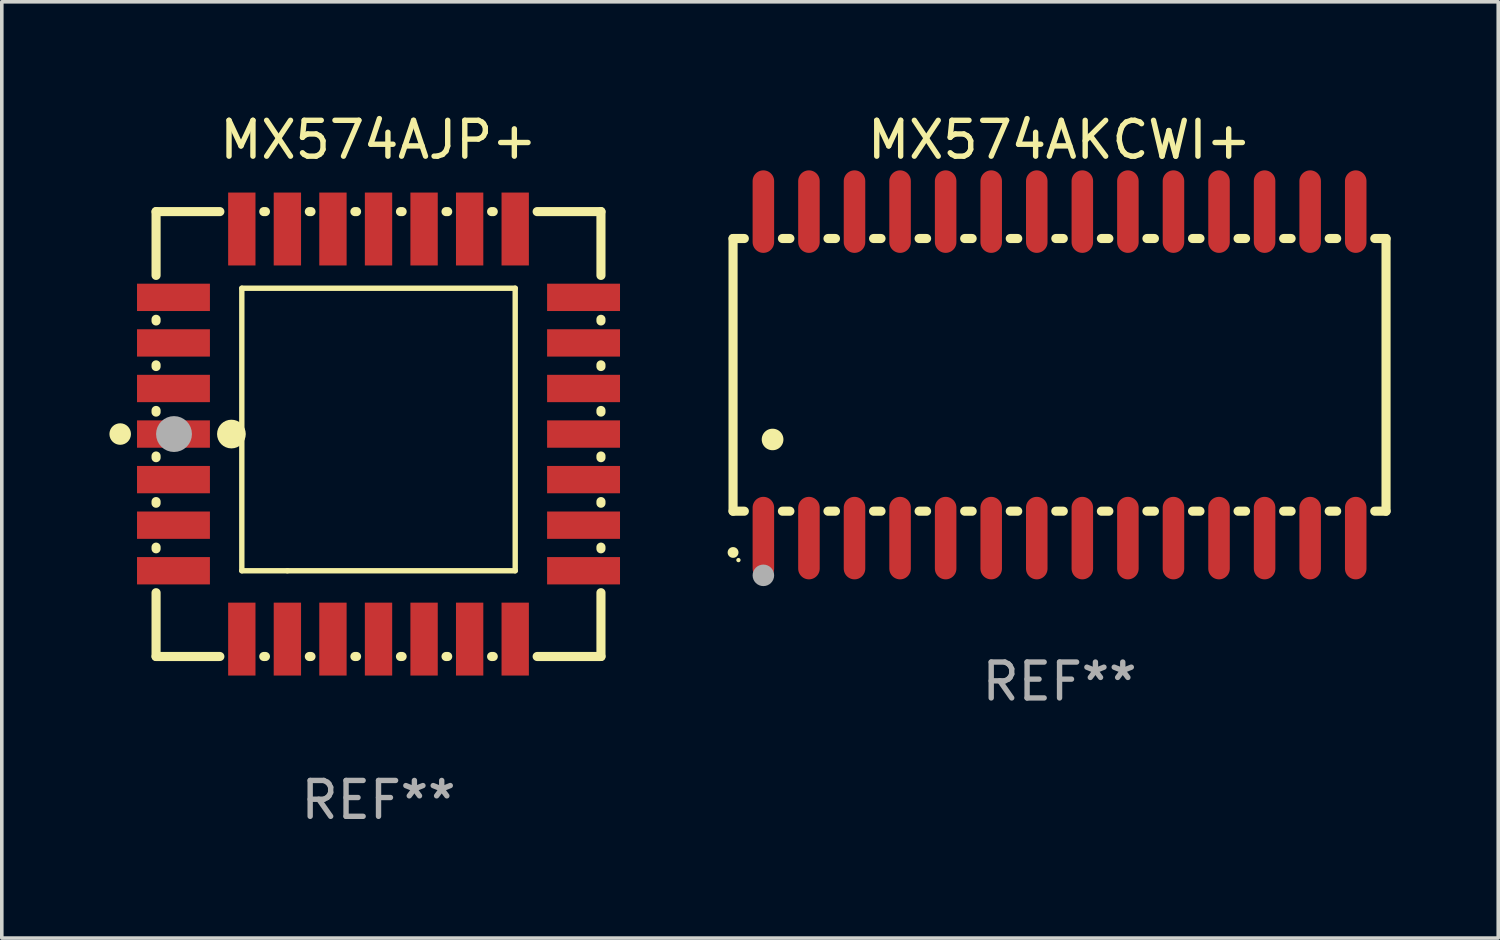
<source format=kicad_pcb>
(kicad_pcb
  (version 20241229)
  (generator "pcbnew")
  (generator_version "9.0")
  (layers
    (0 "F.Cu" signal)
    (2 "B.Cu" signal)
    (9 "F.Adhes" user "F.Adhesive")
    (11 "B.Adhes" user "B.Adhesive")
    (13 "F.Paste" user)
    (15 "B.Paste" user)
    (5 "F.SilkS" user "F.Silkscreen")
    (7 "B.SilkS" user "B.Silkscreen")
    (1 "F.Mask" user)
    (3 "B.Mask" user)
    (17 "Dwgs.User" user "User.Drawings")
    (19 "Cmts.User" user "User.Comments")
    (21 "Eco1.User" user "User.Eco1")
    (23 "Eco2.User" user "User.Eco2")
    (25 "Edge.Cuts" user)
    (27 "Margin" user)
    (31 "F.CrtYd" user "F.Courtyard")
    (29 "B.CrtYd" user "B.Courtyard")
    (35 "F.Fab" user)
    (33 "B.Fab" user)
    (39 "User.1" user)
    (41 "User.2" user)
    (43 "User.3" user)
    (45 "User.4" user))
  (footprint "MX574AJP+"
    (layer "F.Cu")
    (at 7.5 9.048)
    (property "Reference" "MX574AJP+" (at 0 -8.2 0) (layer "F.SilkS") (effects (font (size 1 1) (thickness 0.15))))
    (attr through_hole)
    (fp_line (start -6.2 -6.2) (end -4.422 -6.2) (stroke (width 0.254) (type solid)) (layer "F.SilkS"))
    (fp_line (start -6.2 -4.422) (end -6.2 -6.2) (stroke (width 0.254) (type solid)) (layer "F.SilkS"))
    (fp_line (start -6.2 -3.152) (end -6.2 -3.198) (stroke (width 0.254) (type solid)) (layer "F.SilkS"))
    (fp_line (start -6.2 -1.882) (end -6.2 -1.928) (stroke (width 0.254) (type solid)) (layer "F.SilkS"))
    (fp_line (start -6.2 -0.612) (end -6.2 -0.658) (stroke (width 0.254) (type solid)) (layer "F.SilkS"))
    (fp_line (start -6.2 0.658) (end -6.2 0.612) (stroke (width 0.254) (type solid)) (layer "F.SilkS"))
    (fp_line (start -6.2 1.928) (end -6.2 1.882) (stroke (width 0.254) (type solid)) (layer "F.SilkS"))
    (fp_line (start -6.2 3.198) (end -6.2 3.152) (stroke (width 0.254) (type solid)) (layer "F.SilkS"))
    (fp_line (start -6.2 6.2) (end -6.2 4.422) (stroke (width 0.254) (type solid)) (layer "F.SilkS"))
    (fp_line (start -4.422 6.2) (end -6.2 6.2) (stroke (width 0.254) (type solid)) (layer "F.SilkS"))
    (fp_line (start -3.81 -4.064) (end 3.81 -4.064) (stroke (width 0.15) (type solid)) (layer "F.SilkS"))
    (fp_line (start -3.81 3.81) (end -3.81 -4.064) (stroke (width 0.15) (type solid)) (layer "F.SilkS"))
    (fp_line (start -3.198 -6.2) (end -3.152 -6.2) (stroke (width 0.254) (type solid)) (layer "F.SilkS"))
    (fp_line (start -3.152 6.2) (end -3.198 6.2) (stroke (width 0.254) (type solid)) (layer "F.SilkS"))
    (fp_line (start -2.54 3.81) (end -3.81 3.81) (stroke (width 0.15) (type solid)) (layer "F.SilkS"))
    (fp_line (start -1.928 -6.2) (end -1.882 -6.2) (stroke (width 0.254) (type solid)) (layer "F.SilkS"))
    (fp_line (start -1.882 6.2) (end -1.928 6.2) (stroke (width 0.254) (type solid)) (layer "F.SilkS"))
    (fp_line (start -0.658 -6.2) (end -0.612 -6.2) (stroke (width 0.254) (type solid)) (layer "F.SilkS"))
    (fp_line (start -0.612 6.2) (end -0.658 6.2) (stroke (width 0.254) (type solid)) (layer "F.SilkS"))
    (fp_line (start 0.612 -6.2) (end 0.658 -6.2) (stroke (width 0.254) (type solid)) (layer "F.SilkS"))
    (fp_line (start 0.658 6.2) (end 0.612 6.2) (stroke (width 0.254) (type solid)) (layer "F.SilkS"))
    (fp_line (start 1.882 -6.2) (end 1.928 -6.2) (stroke (width 0.254) (type solid)) (layer "F.SilkS"))
    (fp_line (start 1.928 6.2) (end 1.882 6.2) (stroke (width 0.254) (type solid)) (layer "F.SilkS"))
    (fp_line (start 3.152 -6.2) (end 3.198 -6.2) (stroke (width 0.254) (type solid)) (layer "F.SilkS"))
    (fp_line (start 3.198 6.2) (end 3.152 6.2) (stroke (width 0.254) (type solid)) (layer "F.SilkS"))
    (fp_line (start 3.81 -4.064) (end 3.81 3.81) (stroke (width 0.15) (type solid)) (layer "F.SilkS"))
    (fp_line (start 3.81 3.81) (end -2.54 3.81) (stroke (width 0.15) (type solid)) (layer "F.SilkS"))
    (fp_line (start 4.422 -6.2) (end 6.2 -6.2) (stroke (width 0.254) (type solid)) (layer "F.SilkS"))
    (fp_line (start 6.2 -6.2) (end 6.2 -4.422) (stroke (width 0.254) (type solid)) (layer "F.SilkS"))
    (fp_line (start 6.2 -3.198) (end 6.2 -3.152) (stroke (width 0.254) (type solid)) (layer "F.SilkS"))
    (fp_line (start 6.2 -1.928) (end 6.2 -1.882) (stroke (width 0.254) (type solid)) (layer "F.SilkS"))
    (fp_line (start 6.2 -0.658) (end 6.2 -0.612) (stroke (width 0.254) (type solid)) (layer "F.SilkS"))
    (fp_line (start 6.2 0.612) (end 6.2 0.658) (stroke (width 0.254) (type solid)) (layer "F.SilkS"))
    (fp_line (start 6.2 1.882) (end 6.2 1.928) (stroke (width 0.254) (type solid)) (layer "F.SilkS"))
    (fp_line (start 6.2 3.152) (end 6.2 3.198) (stroke (width 0.254) (type solid)) (layer "F.SilkS"))
    (fp_line (start 6.2 4.422) (end 6.2 6.2) (stroke (width 0.254) (type solid)) (layer "F.SilkS"))
    (fp_line (start 6.2 6.2) (end 4.422 6.2) (stroke (width 0.254) (type solid)) (layer "F.SilkS"))
    (fp_circle (center -7.2 0) (end -7.05 0) (stroke (width 0.3) (type solid)) (fill no) (layer "F.SilkS"))
    (fp_circle (center -6.223 6.223) (end -6.193 6.223) (stroke (width 0.06) (type solid)) (fill no) (layer "F.SilkS"))
    (fp_circle (center -4.1 0) (end -3.9 0) (stroke (width 0.4) (type solid)) (fill no) (layer "F.SilkS"))
    (fp_circle (center -5.7 0) (end -5.45 0) (stroke (width 0.5) (type solid)) (fill no) (layer "F.Fab"))
    (fp_text user "REF**" (at 0 10.2 0) (layer "F.Fab") (effects (font (size 1 1) (thickness 0.15))))
    (pad "1" smd rect (at -5.715 0) (size 2.032 0.762) (layers "F.Cu" "F.Mask" "F.Paste"))
    (pad "2" smd rect (at -5.715 1.27) (size 2.032 0.762) (layers "F.Cu" "F.Mask" "F.Paste"))
    (pad "3" smd rect (at -5.715 2.54) (size 2.032 0.762) (layers "F.Cu" "F.Mask" "F.Paste"))
    (pad "4" smd rect (at -5.715 3.81) (size 2.032 0.762) (layers "F.Cu" "F.Mask" "F.Paste"))
    (pad "5" smd rect (at -3.81 5.715) (size 0.762 2.032) (layers "F.Cu" "F.Mask" "F.Paste"))
    (pad "6" smd rect (at -2.54 5.715) (size 0.762 2.032) (layers "F.Cu" "F.Mask" "F.Paste"))
    (pad "7" smd rect (at -1.27 5.715) (size 0.762 2.032) (layers "F.Cu" "F.Mask" "F.Paste"))
    (pad "8" smd rect (at 0 5.715) (size 0.762 2.032) (layers "F.Cu" "F.Mask" "F.Paste"))
    (pad "9" smd rect (at 1.27 5.715) (size 0.762 2.032) (layers "F.Cu" "F.Mask" "F.Paste"))
    (pad "10" smd rect (at 2.54 5.715) (size 0.762 2.032) (layers "F.Cu" "F.Mask" "F.Paste"))
    (pad "11" smd rect (at 3.81 5.715) (size 0.762 2.032) (layers "F.Cu" "F.Mask" "F.Paste"))
    (pad "12" smd rect (at 5.715 3.81) (size 2.032 0.762) (layers "F.Cu" "F.Mask" "F.Paste"))
    (pad "13" smd rect (at 5.715 2.54) (size 2.032 0.762) (layers "F.Cu" "F.Mask" "F.Paste"))
    (pad "14" smd rect (at 5.715 1.27) (size 2.032 0.762) (layers "F.Cu" "F.Mask" "F.Paste"))
    (pad "15" smd rect (at 5.715 0) (size 2.032 0.762) (layers "F.Cu" "F.Mask" "F.Paste"))
    (pad "16" smd rect (at 5.715 -1.27) (size 2.032 0.762) (layers "F.Cu" "F.Mask" "F.Paste"))
    (pad "17" smd rect (at 5.715 -2.54) (size 2.032 0.762) (layers "F.Cu" "F.Mask" "F.Paste"))
    (pad "18" smd rect (at 5.715 -3.81) (size 2.032 0.762) (layers "F.Cu" "F.Mask" "F.Paste"))
    (pad "19" smd rect (at 3.81 -5.715) (size 0.762 2.032) (layers "F.Cu" "F.Mask" "F.Paste"))
    (pad "20" smd rect (at 2.54 -5.715) (size 0.762 2.032) (layers "F.Cu" "F.Mask" "F.Paste"))
    (pad "21" smd rect (at 1.27 -5.715) (size 0.762 2.032) (layers "F.Cu" "F.Mask" "F.Paste"))
    (pad "22" smd rect (at 0 -5.715) (size 0.762 2.032) (layers "F.Cu" "F.Mask" "F.Paste"))
    (pad "23" smd rect (at -1.27 -5.715) (size 0.762 2.032) (layers "F.Cu" "F.Mask" "F.Paste"))
    (pad "24" smd rect (at -2.54 -5.715) (size 0.762 2.032) (layers "F.Cu" "F.Mask" "F.Paste"))
    (pad "25" smd rect (at -3.81 -5.715) (size 0.762 2.032) (layers "F.Cu" "F.Mask" "F.Paste"))
    (pad "26" smd rect (at -5.715 -3.81) (size 2.032 0.762) (layers "F.Cu" "F.Mask" "F.Paste"))
    (pad "27" smd rect (at -5.715 -2.54) (size 2.032 0.762) (layers "F.Cu" "F.Mask" "F.Paste"))
    (pad "28" smd rect (at -5.715 -1.27) (size 2.032 0.762) (layers "F.Cu" "F.Mask" "F.Paste")))
  (footprint "MX574AKCWI+"
    (layer "F.Cu")
    (at 26.482 7.398)
    (property "Reference" "MX574AKCWI+" (at 0 -6.55 0) (layer "F.SilkS") (effects (font (size 1 1) (thickness 0.15))))
    (attr through_hole)
    (fp_line (start -9.1 -3.8) (end -9.1 3.8) (stroke (width 0.254) (type solid)) (layer "F.SilkS"))
    (fp_line (start -9.1 -3.8) (end -8.786 -3.8) (stroke (width 0.254) (type solid)) (layer "F.SilkS"))
    (fp_line (start -9.1 3.8) (end -8.786 3.8) (stroke (width 0.254) (type solid)) (layer "F.SilkS"))
    (fp_line (start -7.724 -3.8) (end -7.516 -3.8) (stroke (width 0.254) (type solid)) (layer "F.SilkS"))
    (fp_line (start -7.724 3.8) (end -7.516 3.8) (stroke (width 0.254) (type solid)) (layer "F.SilkS"))
    (fp_line (start -6.454 -3.8) (end -6.246 -3.8) (stroke (width 0.254) (type solid)) (layer "F.SilkS"))
    (fp_line (start -6.454 3.8) (end -6.246 3.8) (stroke (width 0.254) (type solid)) (layer "F.SilkS"))
    (fp_line (start -5.184 -3.8) (end -4.976 -3.8) (stroke (width 0.254) (type solid)) (layer "F.SilkS"))
    (fp_line (start -5.184 3.8) (end -4.976 3.8) (stroke (width 0.254) (type solid)) (layer "F.SilkS"))
    (fp_line (start -3.914 -3.8) (end -3.706 -3.8) (stroke (width 0.254) (type solid)) (layer "F.SilkS"))
    (fp_line (start -3.914 3.8) (end -3.706 3.8) (stroke (width 0.254) (type solid)) (layer "F.SilkS"))
    (fp_line (start -2.644 -3.8) (end -2.436 -3.8) (stroke (width 0.254) (type solid)) (layer "F.SilkS"))
    (fp_line (start -2.644 3.8) (end -2.436 3.8) (stroke (width 0.254) (type solid)) (layer "F.SilkS"))
    (fp_line (start -1.374 -3.8) (end -1.166 -3.8) (stroke (width 0.254) (type solid)) (layer "F.SilkS"))
    (fp_line (start -1.374 3.8) (end -1.166 3.8) (stroke (width 0.254) (type solid)) (layer "F.SilkS"))
    (fp_line (start -0.104 -3.8) (end 0.104 -3.8) (stroke (width 0.254) (type solid)) (layer "F.SilkS"))
    (fp_line (start -0.104 3.8) (end 0.104 3.8) (stroke (width 0.254) (type solid)) (layer "F.SilkS"))
    (fp_line (start 1.166 -3.8) (end 1.374 -3.8) (stroke (width 0.254) (type solid)) (layer "F.SilkS"))
    (fp_line (start 1.166 3.8) (end 1.374 3.8) (stroke (width 0.254) (type solid)) (layer "F.SilkS"))
    (fp_line (start 2.436 -3.8) (end 2.644 -3.8) (stroke (width 0.254) (type solid)) (layer "F.SilkS"))
    (fp_line (start 2.436 3.8) (end 2.644 3.8) (stroke (width 0.254) (type solid)) (layer "F.SilkS"))
    (fp_line (start 3.706 -3.8) (end 3.914 -3.8) (stroke (width 0.254) (type solid)) (layer "F.SilkS"))
    (fp_line (start 3.706 3.8) (end 3.914 3.8) (stroke (width 0.254) (type solid)) (layer "F.SilkS"))
    (fp_line (start 4.976 -3.8) (end 5.184 -3.8) (stroke (width 0.254) (type solid)) (layer "F.SilkS"))
    (fp_line (start 4.976 3.8) (end 5.184 3.8) (stroke (width 0.254) (type solid)) (layer "F.SilkS"))
    (fp_line (start 6.246 -3.8) (end 6.454 -3.8) (stroke (width 0.254) (type solid)) (layer "F.SilkS"))
    (fp_line (start 6.246 3.8) (end 6.454 3.8) (stroke (width 0.254) (type solid)) (layer "F.SilkS"))
    (fp_line (start 7.516 -3.8) (end 7.724 -3.8) (stroke (width 0.254) (type solid)) (layer "F.SilkS"))
    (fp_line (start 7.516 3.8) (end 7.724 3.8) (stroke (width 0.254) (type solid)) (layer "F.SilkS"))
    (fp_line (start 8.786 -3.8) (end 9.1 -3.8) (stroke (width 0.254) (type solid)) (layer "F.SilkS"))
    (fp_line (start 8.786 3.8) (end 9.1 3.8) (stroke (width 0.254) (type solid)) (layer "F.SilkS"))
    (fp_line (start 9.1 -3.8) (end 9.1 3.8) (stroke (width 0.254) (type solid)) (layer "F.SilkS"))
    (fp_arc (start -9.100864 4.95047) (mid -9.099594 4.950465) (end -9.098324 4.95047) (stroke (width 0.3) (type solid)) (layer "F.SilkS"))
    (fp_arc (start -8.001041 1.800864) (mid -7.998501 1.800853) (end -7.995961 1.800864) (stroke (width 0.6) (type solid)) (layer "F.SilkS"))
    (fp_circle (center -8.95 5.163) (end -8.92 5.163) (stroke (width 0.06) (type solid)) (fill no) (layer "F.SilkS"))
    (fp_circle (center -8.255 5.588) (end -8.105 5.588) (stroke (width 0.3) (type solid)) (fill no) (layer "F.Fab"))
    (fp_text user "REF**" (at 0 8.55 0) (layer "F.Fab") (effects (font (size 1 1) (thickness 0.15))))
    (pad "1" smd oval (at -8.255 4.55 180) (size 0.6 2.3) (layers "F.Cu" "F.Mask" "F.Paste"))
    (pad "2" smd oval (at -6.985 4.55 180) (size 0.6 2.3) (layers "F.Cu" "F.Mask" "F.Paste"))
    (pad "3" smd oval (at -5.715 4.55 180) (size 0.6 2.3) (layers "F.Cu" "F.Mask" "F.Paste"))
    (pad "4" smd oval (at -4.445 4.55 180) (size 0.6 2.3) (layers "F.Cu" "F.Mask" "F.Paste"))
    (pad "5" smd oval (at -3.175 4.55 180) (size 0.6 2.3) (layers "F.Cu" "F.Mask" "F.Paste"))
    (pad "6" smd oval (at -1.905 4.55 180) (size 0.6 2.3) (layers "F.Cu" "F.Mask" "F.Paste"))
    (pad "7" smd oval (at -0.635 4.55 180) (size 0.6 2.3) (layers "F.Cu" "F.Mask" "F.Paste"))
    (pad "8" smd oval (at 0.635 4.55 180) (size 0.6 2.3) (layers "F.Cu" "F.Mask" "F.Paste"))
    (pad "9" smd oval (at 1.905 4.55 180) (size 0.6 2.3) (layers "F.Cu" "F.Mask" "F.Paste"))
    (pad "10" smd oval (at 3.175 4.55 180) (size 0.6 2.3) (layers "F.Cu" "F.Mask" "F.Paste"))
    (pad "11" smd oval (at 4.445 4.55 180) (size 0.6 2.3) (layers "F.Cu" "F.Mask" "F.Paste"))
    (pad "12" smd oval (at 5.715 4.55 180) (size 0.6 2.3) (layers "F.Cu" "F.Mask" "F.Paste"))
    (pad "13" smd oval (at 6.985 4.55 180) (size 0.6 2.3) (layers "F.Cu" "F.Mask" "F.Paste"))
    (pad "14" smd oval (at 8.255 4.55 180) (size 0.6 2.3) (layers "F.Cu" "F.Mask" "F.Paste"))
    (pad "15" smd oval (at 8.255 -4.55 180) (size 0.6 2.3) (layers "F.Cu" "F.Mask" "F.Paste"))
    (pad "16" smd oval (at 6.985 -4.55 180) (size 0.6 2.3) (layers "F.Cu" "F.Mask" "F.Paste"))
    (pad "17" smd oval (at 5.715 -4.55 180) (size 0.6 2.3) (layers "F.Cu" "F.Mask" "F.Paste"))
    (pad "18" smd oval (at 4.445 -4.55 180) (size 0.6 2.3) (layers "F.Cu" "F.Mask" "F.Paste"))
    (pad "19" smd oval (at 3.175 -4.55 180) (size 0.6 2.3) (layers "F.Cu" "F.Mask" "F.Paste"))
    (pad "20" smd oval (at 1.905 -4.55 180) (size 0.6 2.3) (layers "F.Cu" "F.Mask" "F.Paste"))
    (pad "21" smd oval (at 0.635 -4.55 180) (size 0.6 2.3) (layers "F.Cu" "F.Mask" "F.Paste"))
    (pad "22" smd oval (at -0.635 -4.55 180) (size 0.6 2.3) (layers "F.Cu" "F.Mask" "F.Paste"))
    (pad "23" smd oval (at -1.905 -4.55 180) (size 0.6 2.3) (layers "F.Cu" "F.Mask" "F.Paste"))
    (pad "24" smd oval (at -3.175 -4.55 180) (size 0.6 2.3) (layers "F.Cu" "F.Mask" "F.Paste"))
    (pad "25" smd oval (at -4.445 -4.55 180) (size 0.6 2.3) (layers "F.Cu" "F.Mask" "F.Paste"))
    (pad "26" smd oval (at -5.715 -4.55 180) (size 0.6 2.3) (layers "F.Cu" "F.Mask" "F.Paste"))
    (pad "27" smd oval (at -6.985 -4.55 180) (size 0.6 2.3) (layers "F.Cu" "F.Mask" "F.Paste"))
    (pad "28" smd oval (at -8.255 -4.55 180) (size 0.6 2.3) (layers "F.Cu" "F.Mask" "F.Paste")))
  (gr_rect
    (start -3 -3)
    (end 38.709 23.096)
    (stroke (width 0.1) (type default))
    (fill no)
    (layer "Edge.Cuts")))
</source>
